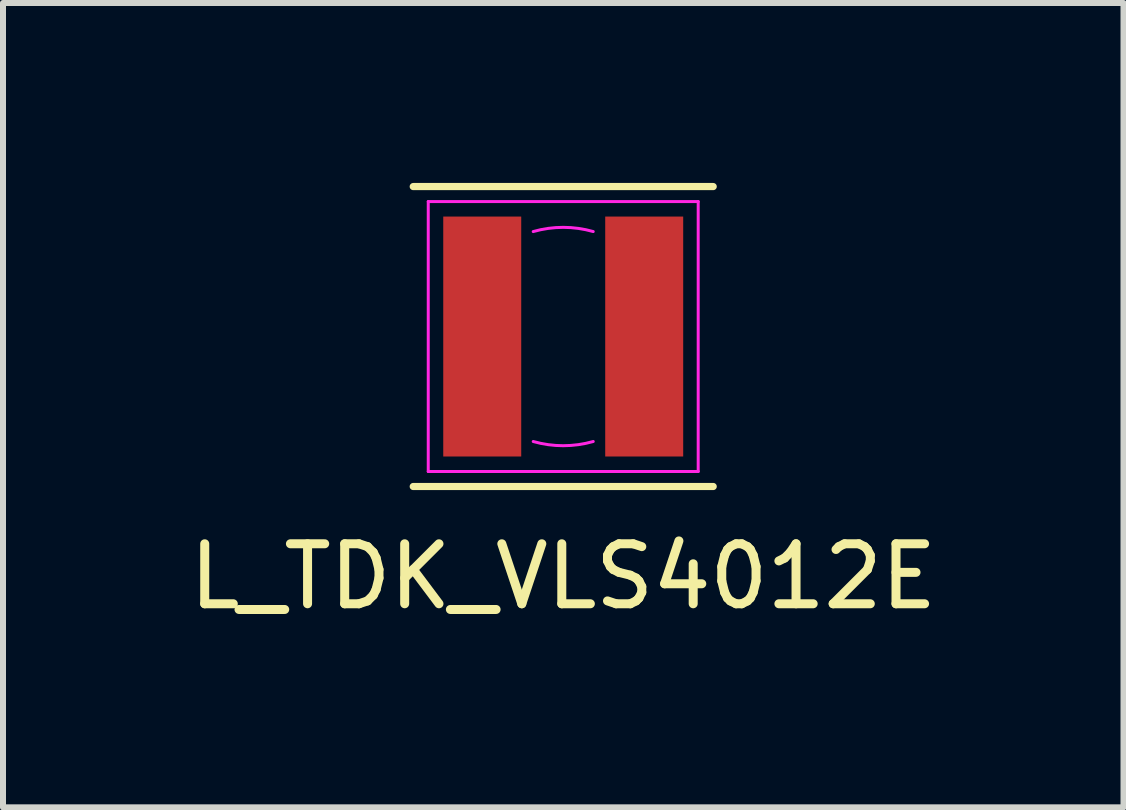
<source format=kicad_pcb>
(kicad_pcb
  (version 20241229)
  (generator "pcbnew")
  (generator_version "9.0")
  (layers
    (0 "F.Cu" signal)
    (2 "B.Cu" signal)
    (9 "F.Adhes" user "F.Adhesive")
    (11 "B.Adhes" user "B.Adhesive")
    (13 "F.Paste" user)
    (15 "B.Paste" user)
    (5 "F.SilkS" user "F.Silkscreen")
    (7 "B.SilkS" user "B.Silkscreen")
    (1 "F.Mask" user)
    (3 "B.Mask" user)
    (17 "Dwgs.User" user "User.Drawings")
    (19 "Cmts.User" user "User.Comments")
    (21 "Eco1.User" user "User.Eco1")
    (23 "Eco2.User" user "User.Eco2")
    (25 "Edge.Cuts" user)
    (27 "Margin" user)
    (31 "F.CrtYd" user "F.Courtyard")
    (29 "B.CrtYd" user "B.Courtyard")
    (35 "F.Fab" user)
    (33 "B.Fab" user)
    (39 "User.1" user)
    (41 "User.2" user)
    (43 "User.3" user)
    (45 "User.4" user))
  (footprint "L_TDK_VLS4012E"
    (layer "F.Cu")
    (at 6.339 2.56)
    (property "Reference" "L_TDK_VLS4012E" (at 0 4 0) (layer "F.SilkS") (effects (font (size 1 1) (thickness 0.15))))
    (attr through_hole)
    (fp_line (start -2.5 -2.5) (end 2.5 -2.5) (stroke (width 0.12) (type solid)) (layer "F.SilkS"))
    (fp_line (start 2.5 2.5) (end -2.5 2.5) (stroke (width 0.12) (type solid)) (layer "F.SilkS"))
    (fp_line (start -2.25 -2.25) (end 2.25 -2.25) (stroke (width 0.05) (type solid)) (layer "F.CrtYd"))
    (fp_line (start -2.25 2.25) (end -2.25 -2.25) (stroke (width 0.05) (type solid)) (layer "F.CrtYd"))
    (fp_line (start 2.25 -2.25) (end 2.25 2.25) (stroke (width 0.05) (type solid)) (layer "F.CrtYd"))
    (fp_line (start 2.25 2.25) (end -2.25 2.25) (stroke (width 0.05) (type solid)) (layer "F.CrtYd"))
    (fp_arc (start -0.500282 -1.749918) (mid -0.000147 -1.820026) (end 0.499999 -1.749999) (stroke (width 0.05) (type solid)) (layer "F.CrtYd"))
    (fp_arc (start 0.500282 1.749918) (mid 0.000147 1.820026) (end -0.499999 1.749999) (stroke (width 0.05) (type solid)) (layer "F.CrtYd"))
    (pad "1" smd rect (at -1.35 0) (size 1.3 4) (layers "F.Cu" "F.Mask" "F.Paste"))
    (pad "2" smd rect (at 1.35 0) (size 1.3 4) (layers "F.Cu" "F.Mask" "F.Paste")))
  (gr_rect
    (start -3 -3)
    (end 15.679 10.408)
    (stroke (width 0.1) (type default))
    (fill no)
    (layer "Edge.Cuts")))
</source>
